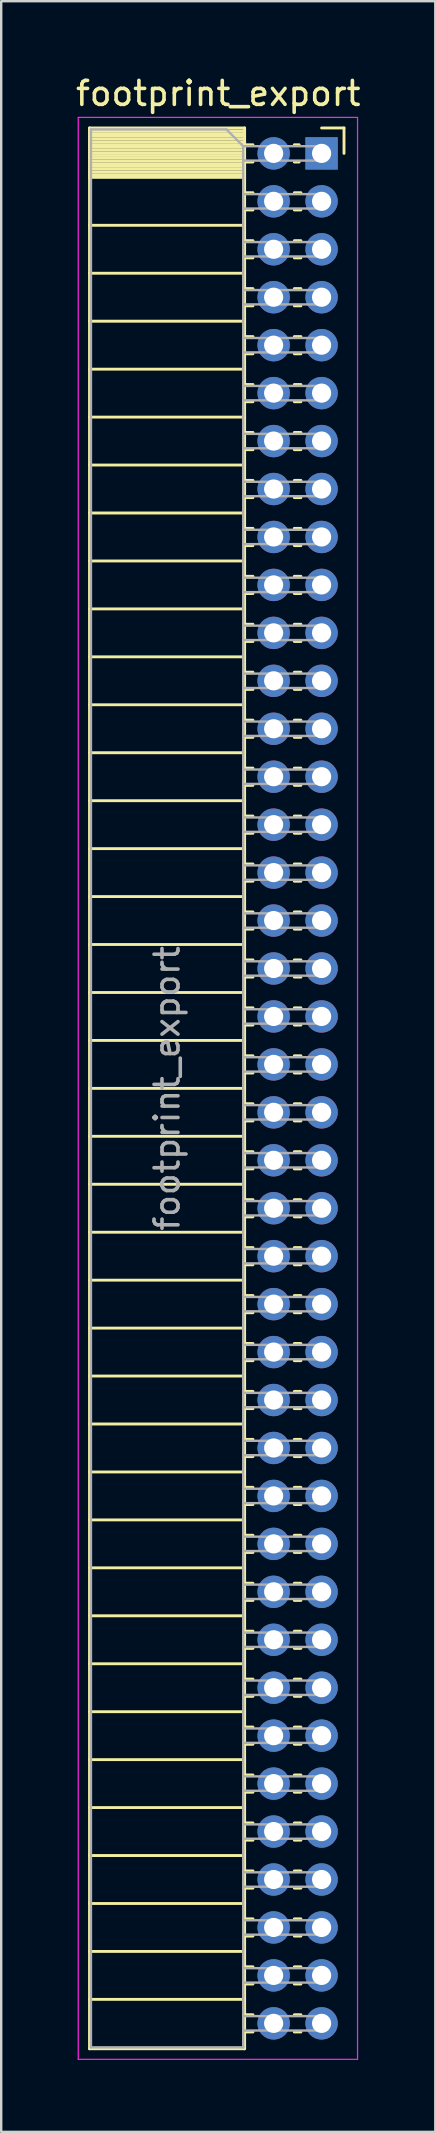
<source format=kicad_pcb>
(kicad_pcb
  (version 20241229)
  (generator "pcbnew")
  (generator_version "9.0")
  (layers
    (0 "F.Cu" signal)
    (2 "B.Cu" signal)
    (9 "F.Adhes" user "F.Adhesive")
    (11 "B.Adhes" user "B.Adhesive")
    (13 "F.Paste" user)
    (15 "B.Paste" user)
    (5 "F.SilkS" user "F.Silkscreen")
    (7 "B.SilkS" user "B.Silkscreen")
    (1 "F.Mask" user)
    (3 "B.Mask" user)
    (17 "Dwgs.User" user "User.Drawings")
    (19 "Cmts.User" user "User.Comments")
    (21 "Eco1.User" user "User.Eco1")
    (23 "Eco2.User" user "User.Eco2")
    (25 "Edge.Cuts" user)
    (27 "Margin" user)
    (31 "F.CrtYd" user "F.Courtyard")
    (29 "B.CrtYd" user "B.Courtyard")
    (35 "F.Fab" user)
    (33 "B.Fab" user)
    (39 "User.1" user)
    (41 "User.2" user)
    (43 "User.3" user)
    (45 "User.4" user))
  (footprint "footprint_export"
    (layer "F.Cu")
    (at 10.364 3.348)
    (property "Reference" "footprint_export" (at -4.31 -2.5 0) (layer "F.SilkS") (effects (font (size 1 1) (thickness 0.15))))
    (attr through_hole)
    (fp_line (start -9.68 -1.06) (end -9.68 79.06) (stroke (width 0.12) (type solid)) (layer "F.SilkS"))
    (fp_line (start -9.68 -1.06) (end -3.21 -1.06) (stroke (width 0.12) (type solid)) (layer "F.SilkS"))
    (fp_line (start -9.68 -0.94) (end -3.21 -0.94) (stroke (width 0.12) (type solid)) (layer "F.SilkS"))
    (fp_line (start -9.68 -0.826) (end -3.21 -0.826) (stroke (width 0.12) (type solid)) (layer "F.SilkS"))
    (fp_line (start -9.68 -0.712) (end -3.21 -0.712) (stroke (width 0.12) (type solid)) (layer "F.SilkS"))
    (fp_line (start -9.68 -0.598) (end -3.21 -0.598) (stroke (width 0.12) (type solid)) (layer "F.SilkS"))
    (fp_line (start -9.68 -0.484) (end -3.21 -0.484) (stroke (width 0.12) (type solid)) (layer "F.SilkS"))
    (fp_line (start -9.68 -0.369) (end -3.21 -0.369) (stroke (width 0.12) (type solid)) (layer "F.SilkS"))
    (fp_line (start -9.68 -0.255) (end -3.21 -0.255) (stroke (width 0.12) (type solid)) (layer "F.SilkS"))
    (fp_line (start -9.68 -0.141) (end -3.21 -0.141) (stroke (width 0.12) (type solid)) (layer "F.SilkS"))
    (fp_line (start -9.68 -0.027) (end -3.21 -0.027) (stroke (width 0.12) (type solid)) (layer "F.SilkS"))
    (fp_line (start -9.68 0.087) (end -3.21 0.087) (stroke (width 0.12) (type solid)) (layer "F.SilkS"))
    (fp_line (start -9.68 0.201) (end -3.21 0.201) (stroke (width 0.12) (type solid)) (layer "F.SilkS"))
    (fp_line (start -9.68 0.315) (end -3.21 0.315) (stroke (width 0.12) (type solid)) (layer "F.SilkS"))
    (fp_line (start -9.68 0.429) (end -3.21 0.429) (stroke (width 0.12) (type solid)) (layer "F.SilkS"))
    (fp_line (start -9.68 0.544) (end -3.21 0.544) (stroke (width 0.12) (type solid)) (layer "F.SilkS"))
    (fp_line (start -9.68 0.658) (end -3.21 0.658) (stroke (width 0.12) (type solid)) (layer "F.SilkS"))
    (fp_line (start -9.68 0.772) (end -3.21 0.772) (stroke (width 0.12) (type solid)) (layer "F.SilkS"))
    (fp_line (start -9.68 0.886) (end -3.21 0.886) (stroke (width 0.12) (type solid)) (layer "F.SilkS"))
    (fp_line (start -9.68 1) (end -3.21 1) (stroke (width 0.12) (type solid)) (layer "F.SilkS"))
    (fp_line (start -9.68 3) (end -3.21 3) (stroke (width 0.12) (type solid)) (layer "F.SilkS"))
    (fp_line (start -9.68 5) (end -3.21 5) (stroke (width 0.12) (type solid)) (layer "F.SilkS"))
    (fp_line (start -9.68 7) (end -3.21 7) (stroke (width 0.12) (type solid)) (layer "F.SilkS"))
    (fp_line (start -9.68 9) (end -3.21 9) (stroke (width 0.12) (type solid)) (layer "F.SilkS"))
    (fp_line (start -9.68 11) (end -3.21 11) (stroke (width 0.12) (type solid)) (layer "F.SilkS"))
    (fp_line (start -9.68 13) (end -3.21 13) (stroke (width 0.12) (type solid)) (layer "F.SilkS"))
    (fp_line (start -9.68 15) (end -3.21 15) (stroke (width 0.12) (type solid)) (layer "F.SilkS"))
    (fp_line (start -9.68 17) (end -3.21 17) (stroke (width 0.12) (type solid)) (layer "F.SilkS"))
    (fp_line (start -9.68 19) (end -3.21 19) (stroke (width 0.12) (type solid)) (layer "F.SilkS"))
    (fp_line (start -9.68 21) (end -3.21 21) (stroke (width 0.12) (type solid)) (layer "F.SilkS"))
    (fp_line (start -9.68 23) (end -3.21 23) (stroke (width 0.12) (type solid)) (layer "F.SilkS"))
    (fp_line (start -9.68 25) (end -3.21 25) (stroke (width 0.12) (type solid)) (layer "F.SilkS"))
    (fp_line (start -9.68 27) (end -3.21 27) (stroke (width 0.12) (type solid)) (layer "F.SilkS"))
    (fp_line (start -9.68 29) (end -3.21 29) (stroke (width 0.12) (type solid)) (layer "F.SilkS"))
    (fp_line (start -9.68 31) (end -3.21 31) (stroke (width 0.12) (type solid)) (layer "F.SilkS"))
    (fp_line (start -9.68 33) (end -3.21 33) (stroke (width 0.12) (type solid)) (layer "F.SilkS"))
    (fp_line (start -9.68 35) (end -3.21 35) (stroke (width 0.12) (type solid)) (layer "F.SilkS"))
    (fp_line (start -9.68 37) (end -3.21 37) (stroke (width 0.12) (type solid)) (layer "F.SilkS"))
    (fp_line (start -9.68 39) (end -3.21 39) (stroke (width 0.12) (type solid)) (layer "F.SilkS"))
    (fp_line (start -9.68 41) (end -3.21 41) (stroke (width 0.12) (type solid)) (layer "F.SilkS"))
    (fp_line (start -9.68 43) (end -3.21 43) (stroke (width 0.12) (type solid)) (layer "F.SilkS"))
    (fp_line (start -9.68 45) (end -3.21 45) (stroke (width 0.12) (type solid)) (layer "F.SilkS"))
    (fp_line (start -9.68 47) (end -3.21 47) (stroke (width 0.12) (type solid)) (layer "F.SilkS"))
    (fp_line (start -9.68 49) (end -3.21 49) (stroke (width 0.12) (type solid)) (layer "F.SilkS"))
    (fp_line (start -9.68 51) (end -3.21 51) (stroke (width 0.12) (type solid)) (layer "F.SilkS"))
    (fp_line (start -9.68 53) (end -3.21 53) (stroke (width 0.12) (type solid)) (layer "F.SilkS"))
    (fp_line (start -9.68 55) (end -3.21 55) (stroke (width 0.12) (type solid)) (layer "F.SilkS"))
    (fp_line (start -9.68 57) (end -3.21 57) (stroke (width 0.12) (type solid)) (layer "F.SilkS"))
    (fp_line (start -9.68 59) (end -3.21 59) (stroke (width 0.12) (type solid)) (layer "F.SilkS"))
    (fp_line (start -9.68 61) (end -3.21 61) (stroke (width 0.12) (type solid)) (layer "F.SilkS"))
    (fp_line (start -9.68 63) (end -3.21 63) (stroke (width 0.12) (type solid)) (layer "F.SilkS"))
    (fp_line (start -9.68 65) (end -3.21 65) (stroke (width 0.12) (type solid)) (layer "F.SilkS"))
    (fp_line (start -9.68 67) (end -3.21 67) (stroke (width 0.12) (type solid)) (layer "F.SilkS"))
    (fp_line (start -9.68 69) (end -3.21 69) (stroke (width 0.12) (type solid)) (layer "F.SilkS"))
    (fp_line (start -9.68 71) (end -3.21 71) (stroke (width 0.12) (type solid)) (layer "F.SilkS"))
    (fp_line (start -9.68 73) (end -3.21 73) (stroke (width 0.12) (type solid)) (layer "F.SilkS"))
    (fp_line (start -9.68 75) (end -3.21 75) (stroke (width 0.12) (type solid)) (layer "F.SilkS"))
    (fp_line (start -9.68 77) (end -3.21 77) (stroke (width 0.12) (type solid)) (layer "F.SilkS"))
    (fp_line (start -9.68 79.06) (end -3.21 79.06) (stroke (width 0.12) (type solid)) (layer "F.SilkS"))
    (fp_line (start -3.21 -1.06) (end -3.21 79.06) (stroke (width 0.12) (type solid)) (layer "F.SilkS"))
    (fp_line (start -3.21 -0.36) (end -2.863 -0.36) (stroke (width 0.12) (type solid)) (layer "F.SilkS"))
    (fp_line (start -3.21 0.36) (end -2.863 0.36) (stroke (width 0.12) (type solid)) (layer "F.SilkS"))
    (fp_line (start -3.21 1.64) (end -2.863 1.64) (stroke (width 0.12) (type solid)) (layer "F.SilkS"))
    (fp_line (start -3.21 2.36) (end -2.863 2.36) (stroke (width 0.12) (type solid)) (layer "F.SilkS"))
    (fp_line (start -3.21 3.64) (end -2.863 3.64) (stroke (width 0.12) (type solid)) (layer "F.SilkS"))
    (fp_line (start -3.21 4.36) (end -2.863 4.36) (stroke (width 0.12) (type solid)) (layer "F.SilkS"))
    (fp_line (start -3.21 5.64) (end -2.863 5.64) (stroke (width 0.12) (type solid)) (layer "F.SilkS"))
    (fp_line (start -3.21 6.36) (end -2.863 6.36) (stroke (width 0.12) (type solid)) (layer "F.SilkS"))
    (fp_line (start -3.21 7.64) (end -2.863 7.64) (stroke (width 0.12) (type solid)) (layer "F.SilkS"))
    (fp_line (start -3.21 8.36) (end -2.863 8.36) (stroke (width 0.12) (type solid)) (layer "F.SilkS"))
    (fp_line (start -3.21 9.64) (end -2.863 9.64) (stroke (width 0.12) (type solid)) (layer "F.SilkS"))
    (fp_line (start -3.21 10.36) (end -2.863 10.36) (stroke (width 0.12) (type solid)) (layer "F.SilkS"))
    (fp_line (start -3.21 11.64) (end -2.863 11.64) (stroke (width 0.12) (type solid)) (layer "F.SilkS"))
    (fp_line (start -3.21 12.36) (end -2.863 12.36) (stroke (width 0.12) (type solid)) (layer "F.SilkS"))
    (fp_line (start -3.21 13.64) (end -2.863 13.64) (stroke (width 0.12) (type solid)) (layer "F.SilkS"))
    (fp_line (start -3.21 14.36) (end -2.863 14.36) (stroke (width 0.12) (type solid)) (layer "F.SilkS"))
    (fp_line (start -3.21 15.64) (end -2.863 15.64) (stroke (width 0.12) (type solid)) (layer "F.SilkS"))
    (fp_line (start -3.21 16.36) (end -2.863 16.36) (stroke (width 0.12) (type solid)) (layer "F.SilkS"))
    (fp_line (start -3.21 17.64) (end -2.863 17.64) (stroke (width 0.12) (type solid)) (layer "F.SilkS"))
    (fp_line (start -3.21 18.36) (end -2.863 18.36) (stroke (width 0.12) (type solid)) (layer "F.SilkS"))
    (fp_line (start -3.21 19.64) (end -2.863 19.64) (stroke (width 0.12) (type solid)) (layer "F.SilkS"))
    (fp_line (start -3.21 20.36) (end -2.863 20.36) (stroke (width 0.12) (type solid)) (layer "F.SilkS"))
    (fp_line (start -3.21 21.64) (end -2.863 21.64) (stroke (width 0.12) (type solid)) (layer "F.SilkS"))
    (fp_line (start -3.21 22.36) (end -2.863 22.36) (stroke (width 0.12) (type solid)) (layer "F.SilkS"))
    (fp_line (start -3.21 23.64) (end -2.863 23.64) (stroke (width 0.12) (type solid)) (layer "F.SilkS"))
    (fp_line (start -3.21 24.36) (end -2.863 24.36) (stroke (width 0.12) (type solid)) (layer "F.SilkS"))
    (fp_line (start -3.21 25.64) (end -2.863 25.64) (stroke (width 0.12) (type solid)) (layer "F.SilkS"))
    (fp_line (start -3.21 26.36) (end -2.863 26.36) (stroke (width 0.12) (type solid)) (layer "F.SilkS"))
    (fp_line (start -3.21 27.64) (end -2.863 27.64) (stroke (width 0.12) (type solid)) (layer "F.SilkS"))
    (fp_line (start -3.21 28.36) (end -2.863 28.36) (stroke (width 0.12) (type solid)) (layer "F.SilkS"))
    (fp_line (start -3.21 29.64) (end -2.863 29.64) (stroke (width 0.12) (type solid)) (layer "F.SilkS"))
    (fp_line (start -3.21 30.36) (end -2.863 30.36) (stroke (width 0.12) (type solid)) (layer "F.SilkS"))
    (fp_line (start -3.21 31.64) (end -2.863 31.64) (stroke (width 0.12) (type solid)) (layer "F.SilkS"))
    (fp_line (start -3.21 32.36) (end -2.863 32.36) (stroke (width 0.12) (type solid)) (layer "F.SilkS"))
    (fp_line (start -3.21 33.64) (end -2.863 33.64) (stroke (width 0.12) (type solid)) (layer "F.SilkS"))
    (fp_line (start -3.21 34.36) (end -2.863 34.36) (stroke (width 0.12) (type solid)) (layer "F.SilkS"))
    (fp_line (start -3.21 35.64) (end -2.863 35.64) (stroke (width 0.12) (type solid)) (layer "F.SilkS"))
    (fp_line (start -3.21 36.36) (end -2.863 36.36) (stroke (width 0.12) (type solid)) (layer "F.SilkS"))
    (fp_line (start -3.21 37.64) (end -2.863 37.64) (stroke (width 0.12) (type solid)) (layer "F.SilkS"))
    (fp_line (start -3.21 38.36) (end -2.863 38.36) (stroke (width 0.12) (type solid)) (layer "F.SilkS"))
    (fp_line (start -3.21 39.64) (end -2.863 39.64) (stroke (width 0.12) (type solid)) (layer "F.SilkS"))
    (fp_line (start -3.21 40.36) (end -2.863 40.36) (stroke (width 0.12) (type solid)) (layer "F.SilkS"))
    (fp_line (start -3.21 41.64) (end -2.863 41.64) (stroke (width 0.12) (type solid)) (layer "F.SilkS"))
    (fp_line (start -3.21 42.36) (end -2.863 42.36) (stroke (width 0.12) (type solid)) (layer "F.SilkS"))
    (fp_line (start -3.21 43.64) (end -2.863 43.64) (stroke (width 0.12) (type solid)) (layer "F.SilkS"))
    (fp_line (start -3.21 44.36) (end -2.863 44.36) (stroke (width 0.12) (type solid)) (layer "F.SilkS"))
    (fp_line (start -3.21 45.64) (end -2.863 45.64) (stroke (width 0.12) (type solid)) (layer "F.SilkS"))
    (fp_line (start -3.21 46.36) (end -2.863 46.36) (stroke (width 0.12) (type solid)) (layer "F.SilkS"))
    (fp_line (start -3.21 47.64) (end -2.863 47.64) (stroke (width 0.12) (type solid)) (layer "F.SilkS"))
    (fp_line (start -3.21 48.36) (end -2.863 48.36) (stroke (width 0.12) (type solid)) (layer "F.SilkS"))
    (fp_line (start -3.21 49.64) (end -2.863 49.64) (stroke (width 0.12) (type solid)) (layer "F.SilkS"))
    (fp_line (start -3.21 50.36) (end -2.863 50.36) (stroke (width 0.12) (type solid)) (layer "F.SilkS"))
    (fp_line (start -3.21 51.64) (end -2.863 51.64) (stroke (width 0.12) (type solid)) (layer "F.SilkS"))
    (fp_line (start -3.21 52.36) (end -2.863 52.36) (stroke (width 0.12) (type solid)) (layer "F.SilkS"))
    (fp_line (start -3.21 53.64) (end -2.863 53.64) (stroke (width 0.12) (type solid)) (layer "F.SilkS"))
    (fp_line (start -3.21 54.36) (end -2.863 54.36) (stroke (width 0.12) (type solid)) (layer "F.SilkS"))
    (fp_line (start -3.21 55.64) (end -2.863 55.64) (stroke (width 0.12) (type solid)) (layer "F.SilkS"))
    (fp_line (start -3.21 56.36) (end -2.863 56.36) (stroke (width 0.12) (type solid)) (layer "F.SilkS"))
    (fp_line (start -3.21 57.64) (end -2.863 57.64) (stroke (width 0.12) (type solid)) (layer "F.SilkS"))
    (fp_line (start -3.21 58.36) (end -2.863 58.36) (stroke (width 0.12) (type solid)) (layer "F.SilkS"))
    (fp_line (start -3.21 59.64) (end -2.863 59.64) (stroke (width 0.12) (type solid)) (layer "F.SilkS"))
    (fp_line (start -3.21 60.36) (end -2.863 60.36) (stroke (width 0.12) (type solid)) (layer "F.SilkS"))
    (fp_line (start -3.21 61.64) (end -2.863 61.64) (stroke (width 0.12) (type solid)) (layer "F.SilkS"))
    (fp_line (start -3.21 62.36) (end -2.863 62.36) (stroke (width 0.12) (type solid)) (layer "F.SilkS"))
    (fp_line (start -3.21 63.64) (end -2.863 63.64) (stroke (width 0.12) (type solid)) (layer "F.SilkS"))
    (fp_line (start -3.21 64.36) (end -2.863 64.36) (stroke (width 0.12) (type solid)) (layer "F.SilkS"))
    (fp_line (start -3.21 65.64) (end -2.863 65.64) (stroke (width 0.12) (type solid)) (layer "F.SilkS"))
    (fp_line (start -3.21 66.36) (end -2.863 66.36) (stroke (width 0.12) (type solid)) (layer "F.SilkS"))
    (fp_line (start -3.21 67.64) (end -2.863 67.64) (stroke (width 0.12) (type solid)) (layer "F.SilkS"))
    (fp_line (start -3.21 68.36) (end -2.863 68.36) (stroke (width 0.12) (type solid)) (layer "F.SilkS"))
    (fp_line (start -3.21 69.64) (end -2.863 69.64) (stroke (width 0.12) (type solid)) (layer "F.SilkS"))
    (fp_line (start -3.21 70.36) (end -2.863 70.36) (stroke (width 0.12) (type solid)) (layer "F.SilkS"))
    (fp_line (start -3.21 71.64) (end -2.863 71.64) (stroke (width 0.12) (type solid)) (layer "F.SilkS"))
    (fp_line (start -3.21 72.36) (end -2.863 72.36) (stroke (width 0.12) (type solid)) (layer "F.SilkS"))
    (fp_line (start -3.21 73.64) (end -2.863 73.64) (stroke (width 0.12) (type solid)) (layer "F.SilkS"))
    (fp_line (start -3.21 74.36) (end -2.863 74.36) (stroke (width 0.12) (type solid)) (layer "F.SilkS"))
    (fp_line (start -3.21 75.64) (end -2.863 75.64) (stroke (width 0.12) (type solid)) (layer "F.SilkS"))
    (fp_line (start -3.21 76.36) (end -2.863 76.36) (stroke (width 0.12) (type solid)) (layer "F.SilkS"))
    (fp_line (start -3.21 77.64) (end -2.863 77.64) (stroke (width 0.12) (type solid)) (layer "F.SilkS"))
    (fp_line (start -3.21 78.36) (end -2.863 78.36) (stroke (width 0.12) (type solid)) (layer "F.SilkS"))
    (fp_line (start -1.137 -0.36) (end -0.935 -0.36) (stroke (width 0.12) (type solid)) (layer "F.SilkS"))
    (fp_line (start -1.137 0.36) (end -0.935 0.36) (stroke (width 0.12) (type solid)) (layer "F.SilkS"))
    (fp_line (start -1.137 1.64) (end -0.863 1.64) (stroke (width 0.12) (type solid)) (layer "F.SilkS"))
    (fp_line (start -1.137 2.36) (end -0.863 2.36) (stroke (width 0.12) (type solid)) (layer "F.SilkS"))
    (fp_line (start -1.137 3.64) (end -0.863 3.64) (stroke (width 0.12) (type solid)) (layer "F.SilkS"))
    (fp_line (start -1.137 4.36) (end -0.863 4.36) (stroke (width 0.12) (type solid)) (layer "F.SilkS"))
    (fp_line (start -1.137 5.64) (end -0.863 5.64) (stroke (width 0.12) (type solid)) (layer "F.SilkS"))
    (fp_line (start -1.137 6.36) (end -0.863 6.36) (stroke (width 0.12) (type solid)) (layer "F.SilkS"))
    (fp_line (start -1.137 7.64) (end -0.863 7.64) (stroke (width 0.12) (type solid)) (layer "F.SilkS"))
    (fp_line (start -1.137 8.36) (end -0.863 8.36) (stroke (width 0.12) (type solid)) (layer "F.SilkS"))
    (fp_line (start -1.137 9.64) (end -0.863 9.64) (stroke (width 0.12) (type solid)) (layer "F.SilkS"))
    (fp_line (start -1.137 10.36) (end -0.863 10.36) (stroke (width 0.12) (type solid)) (layer "F.SilkS"))
    (fp_line (start -1.137 11.64) (end -0.863 11.64) (stroke (width 0.12) (type solid)) (layer "F.SilkS"))
    (fp_line (start -1.137 12.36) (end -0.863 12.36) (stroke (width 0.12) (type solid)) (layer "F.SilkS"))
    (fp_line (start -1.137 13.64) (end -0.863 13.64) (stroke (width 0.12) (type solid)) (layer "F.SilkS"))
    (fp_line (start -1.137 14.36) (end -0.863 14.36) (stroke (width 0.12) (type solid)) (layer "F.SilkS"))
    (fp_line (start -1.137 15.64) (end -0.863 15.64) (stroke (width 0.12) (type solid)) (layer "F.SilkS"))
    (fp_line (start -1.137 16.36) (end -0.863 16.36) (stroke (width 0.12) (type solid)) (layer "F.SilkS"))
    (fp_line (start -1.137 17.64) (end -0.863 17.64) (stroke (width 0.12) (type solid)) (layer "F.SilkS"))
    (fp_line (start -1.137 18.36) (end -0.863 18.36) (stroke (width 0.12) (type solid)) (layer "F.SilkS"))
    (fp_line (start -1.137 19.64) (end -0.863 19.64) (stroke (width 0.12) (type solid)) (layer "F.SilkS"))
    (fp_line (start -1.137 20.36) (end -0.863 20.36) (stroke (width 0.12) (type solid)) (layer "F.SilkS"))
    (fp_line (start -1.137 21.64) (end -0.863 21.64) (stroke (width 0.12) (type solid)) (layer "F.SilkS"))
    (fp_line (start -1.137 22.36) (end -0.863 22.36) (stroke (width 0.12) (type solid)) (layer "F.SilkS"))
    (fp_line (start -1.137 23.64) (end -0.863 23.64) (stroke (width 0.12) (type solid)) (layer "F.SilkS"))
    (fp_line (start -1.137 24.36) (end -0.863 24.36) (stroke (width 0.12) (type solid)) (layer "F.SilkS"))
    (fp_line (start -1.137 25.64) (end -0.863 25.64) (stroke (width 0.12) (type solid)) (layer "F.SilkS"))
    (fp_line (start -1.137 26.36) (end -0.863 26.36) (stroke (width 0.12) (type solid)) (layer "F.SilkS"))
    (fp_line (start -1.137 27.64) (end -0.863 27.64) (stroke (width 0.12) (type solid)) (layer "F.SilkS"))
    (fp_line (start -1.137 28.36) (end -0.863 28.36) (stroke (width 0.12) (type solid)) (layer "F.SilkS"))
    (fp_line (start -1.137 29.64) (end -0.863 29.64) (stroke (width 0.12) (type solid)) (layer "F.SilkS"))
    (fp_line (start -1.137 30.36) (end -0.863 30.36) (stroke (width 0.12) (type solid)) (layer "F.SilkS"))
    (fp_line (start -1.137 31.64) (end -0.863 31.64) (stroke (width 0.12) (type solid)) (layer "F.SilkS"))
    (fp_line (start -1.137 32.36) (end -0.863 32.36) (stroke (width 0.12) (type solid)) (layer "F.SilkS"))
    (fp_line (start -1.137 33.64) (end -0.863 33.64) (stroke (width 0.12) (type solid)) (layer "F.SilkS"))
    (fp_line (start -1.137 34.36) (end -0.863 34.36) (stroke (width 0.12) (type solid)) (layer "F.SilkS"))
    (fp_line (start -1.137 35.64) (end -0.863 35.64) (stroke (width 0.12) (type solid)) (layer "F.SilkS"))
    (fp_line (start -1.137 36.36) (end -0.863 36.36) (stroke (width 0.12) (type solid)) (layer "F.SilkS"))
    (fp_line (start -1.137 37.64) (end -0.863 37.64) (stroke (width 0.12) (type solid)) (layer "F.SilkS"))
    (fp_line (start -1.137 38.36) (end -0.863 38.36) (stroke (width 0.12) (type solid)) (layer "F.SilkS"))
    (fp_line (start -1.137 39.64) (end -0.863 39.64) (stroke (width 0.12) (type solid)) (layer "F.SilkS"))
    (fp_line (start -1.137 40.36) (end -0.863 40.36) (stroke (width 0.12) (type solid)) (layer "F.SilkS"))
    (fp_line (start -1.137 41.64) (end -0.863 41.64) (stroke (width 0.12) (type solid)) (layer "F.SilkS"))
    (fp_line (start -1.137 42.36) (end -0.863 42.36) (stroke (width 0.12) (type solid)) (layer "F.SilkS"))
    (fp_line (start -1.137 43.64) (end -0.863 43.64) (stroke (width 0.12) (type solid)) (layer "F.SilkS"))
    (fp_line (start -1.137 44.36) (end -0.863 44.36) (stroke (width 0.12) (type solid)) (layer "F.SilkS"))
    (fp_line (start -1.137 45.64) (end -0.863 45.64) (stroke (width 0.12) (type solid)) (layer "F.SilkS"))
    (fp_line (start -1.137 46.36) (end -0.863 46.36) (stroke (width 0.12) (type solid)) (layer "F.SilkS"))
    (fp_line (start -1.137 47.64) (end -0.863 47.64) (stroke (width 0.12) (type solid)) (layer "F.SilkS"))
    (fp_line (start -1.137 48.36) (end -0.863 48.36) (stroke (width 0.12) (type solid)) (layer "F.SilkS"))
    (fp_line (start -1.137 49.64) (end -0.863 49.64) (stroke (width 0.12) (type solid)) (layer "F.SilkS"))
    (fp_line (start -1.137 50.36) (end -0.863 50.36) (stroke (width 0.12) (type solid)) (layer "F.SilkS"))
    (fp_line (start -1.137 51.64) (end -0.863 51.64) (stroke (width 0.12) (type solid)) (layer "F.SilkS"))
    (fp_line (start -1.137 52.36) (end -0.863 52.36) (stroke (width 0.12) (type solid)) (layer "F.SilkS"))
    (fp_line (start -1.137 53.64) (end -0.863 53.64) (stroke (width 0.12) (type solid)) (layer "F.SilkS"))
    (fp_line (start -1.137 54.36) (end -0.863 54.36) (stroke (width 0.12) (type solid)) (layer "F.SilkS"))
    (fp_line (start -1.137 55.64) (end -0.863 55.64) (stroke (width 0.12) (type solid)) (layer "F.SilkS"))
    (fp_line (start -1.137 56.36) (end -0.863 56.36) (stroke (width 0.12) (type solid)) (layer "F.SilkS"))
    (fp_line (start -1.137 57.64) (end -0.863 57.64) (stroke (width 0.12) (type solid)) (layer "F.SilkS"))
    (fp_line (start -1.137 58.36) (end -0.863 58.36) (stroke (width 0.12) (type solid)) (layer "F.SilkS"))
    (fp_line (start -1.137 59.64) (end -0.863 59.64) (stroke (width 0.12) (type solid)) (layer "F.SilkS"))
    (fp_line (start -1.137 60.36) (end -0.863 60.36) (stroke (width 0.12) (type solid)) (layer "F.SilkS"))
    (fp_line (start -1.137 61.64) (end -0.863 61.64) (stroke (width 0.12) (type solid)) (layer "F.SilkS"))
    (fp_line (start -1.137 62.36) (end -0.863 62.36) (stroke (width 0.12) (type solid)) (layer "F.SilkS"))
    (fp_line (start -1.137 63.64) (end -0.863 63.64) (stroke (width 0.12) (type solid)) (layer "F.SilkS"))
    (fp_line (start -1.137 64.36) (end -0.863 64.36) (stroke (width 0.12) (type solid)) (layer "F.SilkS"))
    (fp_line (start -1.137 65.64) (end -0.863 65.64) (stroke (width 0.12) (type solid)) (layer "F.SilkS"))
    (fp_line (start -1.137 66.36) (end -0.863 66.36) (stroke (width 0.12) (type solid)) (layer "F.SilkS"))
    (fp_line (start -1.137 67.64) (end -0.863 67.64) (stroke (width 0.12) (type solid)) (layer "F.SilkS"))
    (fp_line (start -1.137 68.36) (end -0.863 68.36) (stroke (width 0.12) (type solid)) (layer "F.SilkS"))
    (fp_line (start -1.137 69.64) (end -0.863 69.64) (stroke (width 0.12) (type solid)) (layer "F.SilkS"))
    (fp_line (start -1.137 70.36) (end -0.863 70.36) (stroke (width 0.12) (type solid)) (layer "F.SilkS"))
    (fp_line (start -1.137 71.64) (end -0.863 71.64) (stroke (width 0.12) (type solid)) (layer "F.SilkS"))
    (fp_line (start -1.137 72.36) (end -0.863 72.36) (stroke (width 0.12) (type solid)) (layer "F.SilkS"))
    (fp_line (start -1.137 73.64) (end -0.863 73.64) (stroke (width 0.12) (type solid)) (layer "F.SilkS"))
    (fp_line (start -1.137 74.36) (end -0.863 74.36) (stroke (width 0.12) (type solid)) (layer "F.SilkS"))
    (fp_line (start -1.137 75.64) (end -0.863 75.64) (stroke (width 0.12) (type solid)) (layer "F.SilkS"))
    (fp_line (start -1.137 76.36) (end -0.863 76.36) (stroke (width 0.12) (type solid)) (layer "F.SilkS"))
    (fp_line (start -1.137 77.64) (end -0.863 77.64) (stroke (width 0.12) (type solid)) (layer "F.SilkS"))
    (fp_line (start -1.137 78.36) (end -0.863 78.36) (stroke (width 0.12) (type solid)) (layer "F.SilkS"))
    (fp_line (start 0 -1.06) (end 0.935 -1.06) (stroke (width 0.12) (type solid)) (layer "F.SilkS"))
    (fp_line (start 0.935 -1.06) (end 0.935 0) (stroke (width 0.12) (type solid)) (layer "F.SilkS"))
    (fp_line (start -10.15 -1.5) (end -10.15 79.5) (stroke (width 0.05) (type solid)) (layer "F.CrtYd"))
    (fp_line (start -10.15 79.5) (end 1.5 79.5) (stroke (width 0.05) (type solid)) (layer "F.CrtYd"))
    (fp_line (start 1.5 -1.5) (end -10.15 -1.5) (stroke (width 0.05) (type solid)) (layer "F.CrtYd"))
    (fp_line (start 1.5 79.5) (end 1.5 -1.5) (stroke (width 0.05) (type solid)) (layer "F.CrtYd"))
    (fp_line (start -9.62 -1) (end -3.97 -1) (stroke (width 0.1) (type solid)) (layer "F.Fab"))
    (fp_line (start -9.62 79) (end -9.62 -1) (stroke (width 0.1) (type solid)) (layer "F.Fab"))
    (fp_line (start -3.97 -1) (end -3.27 -0.3) (stroke (width 0.1) (type solid)) (layer "F.Fab"))
    (fp_line (start -3.27 -0.3) (end -3.27 79) (stroke (width 0.1) (type solid)) (layer "F.Fab"))
    (fp_line (start -3.27 0.3) (end 0 0.3) (stroke (width 0.1) (type solid)) (layer "F.Fab"))
    (fp_line (start -3.27 2.3) (end 0 2.3) (stroke (width 0.1) (type solid)) (layer "F.Fab"))
    (fp_line (start -3.27 4.3) (end 0 4.3) (stroke (width 0.1) (type solid)) (layer "F.Fab"))
    (fp_line (start -3.27 6.3) (end 0 6.3) (stroke (width 0.1) (type solid)) (layer "F.Fab"))
    (fp_line (start -3.27 8.3) (end 0 8.3) (stroke (width 0.1) (type solid)) (layer "F.Fab"))
    (fp_line (start -3.27 10.3) (end 0 10.3) (stroke (width 0.1) (type solid)) (layer "F.Fab"))
    (fp_line (start -3.27 12.3) (end 0 12.3) (stroke (width 0.1) (type solid)) (layer "F.Fab"))
    (fp_line (start -3.27 14.3) (end 0 14.3) (stroke (width 0.1) (type solid)) (layer "F.Fab"))
    (fp_line (start -3.27 16.3) (end 0 16.3) (stroke (width 0.1) (type solid)) (layer "F.Fab"))
    (fp_line (start -3.27 18.3) (end 0 18.3) (stroke (width 0.1) (type solid)) (layer "F.Fab"))
    (fp_line (start -3.27 20.3) (end 0 20.3) (stroke (width 0.1) (type solid)) (layer "F.Fab"))
    (fp_line (start -3.27 22.3) (end 0 22.3) (stroke (width 0.1) (type solid)) (layer "F.Fab"))
    (fp_line (start -3.27 24.3) (end 0 24.3) (stroke (width 0.1) (type solid)) (layer "F.Fab"))
    (fp_line (start -3.27 26.3) (end 0 26.3) (stroke (width 0.1) (type solid)) (layer "F.Fab"))
    (fp_line (start -3.27 28.3) (end 0 28.3) (stroke (width 0.1) (type solid)) (layer "F.Fab"))
    (fp_line (start -3.27 30.3) (end 0 30.3) (stroke (width 0.1) (type solid)) (layer "F.Fab"))
    (fp_line (start -3.27 32.3) (end 0 32.3) (stroke (width 0.1) (type solid)) (layer "F.Fab"))
    (fp_line (start -3.27 34.3) (end 0 34.3) (stroke (width 0.1) (type solid)) (layer "F.Fab"))
    (fp_line (start -3.27 36.3) (end 0 36.3) (stroke (width 0.1) (type solid)) (layer "F.Fab"))
    (fp_line (start -3.27 38.3) (end 0 38.3) (stroke (width 0.1) (type solid)) (layer "F.Fab"))
    (fp_line (start -3.27 40.3) (end 0 40.3) (stroke (width 0.1) (type solid)) (layer "F.Fab"))
    (fp_line (start -3.27 42.3) (end 0 42.3) (stroke (width 0.1) (type solid)) (layer "F.Fab"))
    (fp_line (start -3.27 44.3) (end 0 44.3) (stroke (width 0.1) (type solid)) (layer "F.Fab"))
    (fp_line (start -3.27 46.3) (end 0 46.3) (stroke (width 0.1) (type solid)) (layer "F.Fab"))
    (fp_line (start -3.27 48.3) (end 0 48.3) (stroke (width 0.1) (type solid)) (layer "F.Fab"))
    (fp_line (start -3.27 50.3) (end 0 50.3) (stroke (width 0.1) (type solid)) (layer "F.Fab"))
    (fp_line (start -3.27 52.3) (end 0 52.3) (stroke (width 0.1) (type solid)) (layer "F.Fab"))
    (fp_line (start -3.27 54.3) (end 0 54.3) (stroke (width 0.1) (type solid)) (layer "F.Fab"))
    (fp_line (start -3.27 56.3) (end 0 56.3) (stroke (width 0.1) (type solid)) (layer "F.Fab"))
    (fp_line (start -3.27 58.3) (end 0 58.3) (stroke (width 0.1) (type solid)) (layer "F.Fab"))
    (fp_line (start -3.27 60.3) (end 0 60.3) (stroke (width 0.1) (type solid)) (layer "F.Fab"))
    (fp_line (start -3.27 62.3) (end 0 62.3) (stroke (width 0.1) (type solid)) (layer "F.Fab"))
    (fp_line (start -3.27 64.3) (end 0 64.3) (stroke (width 0.1) (type solid)) (layer "F.Fab"))
    (fp_line (start -3.27 66.3) (end 0 66.3) (stroke (width 0.1) (type solid)) (layer "F.Fab"))
    (fp_line (start -3.27 68.3) (end 0 68.3) (stroke (width 0.1) (type solid)) (layer "F.Fab"))
    (fp_line (start -3.27 70.3) (end 0 70.3) (stroke (width 0.1) (type solid)) (layer "F.Fab"))
    (fp_line (start -3.27 72.3) (end 0 72.3) (stroke (width 0.1) (type solid)) (layer "F.Fab"))
    (fp_line (start -3.27 74.3) (end 0 74.3) (stroke (width 0.1) (type solid)) (layer "F.Fab"))
    (fp_line (start -3.27 76.3) (end 0 76.3) (stroke (width 0.1) (type solid)) (layer "F.Fab"))
    (fp_line (start -3.27 78.3) (end 0 78.3) (stroke (width 0.1) (type solid)) (layer "F.Fab"))
    (fp_line (start -3.27 79) (end -9.62 79) (stroke (width 0.1) (type solid)) (layer "F.Fab"))
    (fp_line (start 0 -0.3) (end -3.27 -0.3) (stroke (width 0.1) (type solid)) (layer "F.Fab"))
    (fp_line (start 0 0.3) (end 0 -0.3) (stroke (width 0.1) (type solid)) (layer "F.Fab"))
    (fp_line (start 0 1.7) (end -3.27 1.7) (stroke (width 0.1) (type solid)) (layer "F.Fab"))
    (fp_line (start 0 2.3) (end 0 1.7) (stroke (width 0.1) (type solid)) (layer "F.Fab"))
    (fp_line (start 0 3.7) (end -3.27 3.7) (stroke (width 0.1) (type solid)) (layer "F.Fab"))
    (fp_line (start 0 4.3) (end 0 3.7) (stroke (width 0.1) (type solid)) (layer "F.Fab"))
    (fp_line (start 0 5.7) (end -3.27 5.7) (stroke (width 0.1) (type solid)) (layer "F.Fab"))
    (fp_line (start 0 6.3) (end 0 5.7) (stroke (width 0.1) (type solid)) (layer "F.Fab"))
    (fp_line (start 0 7.7) (end -3.27 7.7) (stroke (width 0.1) (type solid)) (layer "F.Fab"))
    (fp_line (start 0 8.3) (end 0 7.7) (stroke (width 0.1) (type solid)) (layer "F.Fab"))
    (fp_line (start 0 9.7) (end -3.27 9.7) (stroke (width 0.1) (type solid)) (layer "F.Fab"))
    (fp_line (start 0 10.3) (end 0 9.7) (stroke (width 0.1) (type solid)) (layer "F.Fab"))
    (fp_line (start 0 11.7) (end -3.27 11.7) (stroke (width 0.1) (type solid)) (layer "F.Fab"))
    (fp_line (start 0 12.3) (end 0 11.7) (stroke (width 0.1) (type solid)) (layer "F.Fab"))
    (fp_line (start 0 13.7) (end -3.27 13.7) (stroke (width 0.1) (type solid)) (layer "F.Fab"))
    (fp_line (start 0 14.3) (end 0 13.7) (stroke (width 0.1) (type solid)) (layer "F.Fab"))
    (fp_line (start 0 15.7) (end -3.27 15.7) (stroke (width 0.1) (type solid)) (layer "F.Fab"))
    (fp_line (start 0 16.3) (end 0 15.7) (stroke (width 0.1) (type solid)) (layer "F.Fab"))
    (fp_line (start 0 17.7) (end -3.27 17.7) (stroke (width 0.1) (type solid)) (layer "F.Fab"))
    (fp_line (start 0 18.3) (end 0 17.7) (stroke (width 0.1) (type solid)) (layer "F.Fab"))
    (fp_line (start 0 19.7) (end -3.27 19.7) (stroke (width 0.1) (type solid)) (layer "F.Fab"))
    (fp_line (start 0 20.3) (end 0 19.7) (stroke (width 0.1) (type solid)) (layer "F.Fab"))
    (fp_line (start 0 21.7) (end -3.27 21.7) (stroke (width 0.1) (type solid)) (layer "F.Fab"))
    (fp_line (start 0 22.3) (end 0 21.7) (stroke (width 0.1) (type solid)) (layer "F.Fab"))
    (fp_line (start 0 23.7) (end -3.27 23.7) (stroke (width 0.1) (type solid)) (layer "F.Fab"))
    (fp_line (start 0 24.3) (end 0 23.7) (stroke (width 0.1) (type solid)) (layer "F.Fab"))
    (fp_line (start 0 25.7) (end -3.27 25.7) (stroke (width 0.1) (type solid)) (layer "F.Fab"))
    (fp_line (start 0 26.3) (end 0 25.7) (stroke (width 0.1) (type solid)) (layer "F.Fab"))
    (fp_line (start 0 27.7) (end -3.27 27.7) (stroke (width 0.1) (type solid)) (layer "F.Fab"))
    (fp_line (start 0 28.3) (end 0 27.7) (stroke (width 0.1) (type solid)) (layer "F.Fab"))
    (fp_line (start 0 29.7) (end -3.27 29.7) (stroke (width 0.1) (type solid)) (layer "F.Fab"))
    (fp_line (start 0 30.3) (end 0 29.7) (stroke (width 0.1) (type solid)) (layer "F.Fab"))
    (fp_line (start 0 31.7) (end -3.27 31.7) (stroke (width 0.1) (type solid)) (layer "F.Fab"))
    (fp_line (start 0 32.3) (end 0 31.7) (stroke (width 0.1) (type solid)) (layer "F.Fab"))
    (fp_line (start 0 33.7) (end -3.27 33.7) (stroke (width 0.1) (type solid)) (layer "F.Fab"))
    (fp_line (start 0 34.3) (end 0 33.7) (stroke (width 0.1) (type solid)) (layer "F.Fab"))
    (fp_line (start 0 35.7) (end -3.27 35.7) (stroke (width 0.1) (type solid)) (layer "F.Fab"))
    (fp_line (start 0 36.3) (end 0 35.7) (stroke (width 0.1) (type solid)) (layer "F.Fab"))
    (fp_line (start 0 37.7) (end -3.27 37.7) (stroke (width 0.1) (type solid)) (layer "F.Fab"))
    (fp_line (start 0 38.3) (end 0 37.7) (stroke (width 0.1) (type solid)) (layer "F.Fab"))
    (fp_line (start 0 39.7) (end -3.27 39.7) (stroke (width 0.1) (type solid)) (layer "F.Fab"))
    (fp_line (start 0 40.3) (end 0 39.7) (stroke (width 0.1) (type solid)) (layer "F.Fab"))
    (fp_line (start 0 41.7) (end -3.27 41.7) (stroke (width 0.1) (type solid)) (layer "F.Fab"))
    (fp_line (start 0 42.3) (end 0 41.7) (stroke (width 0.1) (type solid)) (layer "F.Fab"))
    (fp_line (start 0 43.7) (end -3.27 43.7) (stroke (width 0.1) (type solid)) (layer "F.Fab"))
    (fp_line (start 0 44.3) (end 0 43.7) (stroke (width 0.1) (type solid)) (layer "F.Fab"))
    (fp_line (start 0 45.7) (end -3.27 45.7) (stroke (width 0.1) (type solid)) (layer "F.Fab"))
    (fp_line (start 0 46.3) (end 0 45.7) (stroke (width 0.1) (type solid)) (layer "F.Fab"))
    (fp_line (start 0 47.7) (end -3.27 47.7) (stroke (width 0.1) (type solid)) (layer "F.Fab"))
    (fp_line (start 0 48.3) (end 0 47.7) (stroke (width 0.1) (type solid)) (layer "F.Fab"))
    (fp_line (start 0 49.7) (end -3.27 49.7) (stroke (width 0.1) (type solid)) (layer "F.Fab"))
    (fp_line (start 0 50.3) (end 0 49.7) (stroke (width 0.1) (type solid)) (layer "F.Fab"))
    (fp_line (start 0 51.7) (end -3.27 51.7) (stroke (width 0.1) (type solid)) (layer "F.Fab"))
    (fp_line (start 0 52.3) (end 0 51.7) (stroke (width 0.1) (type solid)) (layer "F.Fab"))
    (fp_line (start 0 53.7) (end -3.27 53.7) (stroke (width 0.1) (type solid)) (layer "F.Fab"))
    (fp_line (start 0 54.3) (end 0 53.7) (stroke (width 0.1) (type solid)) (layer "F.Fab"))
    (fp_line (start 0 55.7) (end -3.27 55.7) (stroke (width 0.1) (type solid)) (layer "F.Fab"))
    (fp_line (start 0 56.3) (end 0 55.7) (stroke (width 0.1) (type solid)) (layer "F.Fab"))
    (fp_line (start 0 57.7) (end -3.27 57.7) (stroke (width 0.1) (type solid)) (layer "F.Fab"))
    (fp_line (start 0 58.3) (end 0 57.7) (stroke (width 0.1) (type solid)) (layer "F.Fab"))
    (fp_line (start 0 59.7) (end -3.27 59.7) (stroke (width 0.1) (type solid)) (layer "F.Fab"))
    (fp_line (start 0 60.3) (end 0 59.7) (stroke (width 0.1) (type solid)) (layer "F.Fab"))
    (fp_line (start 0 61.7) (end -3.27 61.7) (stroke (width 0.1) (type solid)) (layer "F.Fab"))
    (fp_line (start 0 62.3) (end 0 61.7) (stroke (width 0.1) (type solid)) (layer "F.Fab"))
    (fp_line (start 0 63.7) (end -3.27 63.7) (stroke (width 0.1) (type solid)) (layer "F.Fab"))
    (fp_line (start 0 64.3) (end 0 63.7) (stroke (width 0.1) (type solid)) (layer "F.Fab"))
    (fp_line (start 0 65.7) (end -3.27 65.7) (stroke (width 0.1) (type solid)) (layer "F.Fab"))
    (fp_line (start 0 66.3) (end 0 65.7) (stroke (width 0.1) (type solid)) (layer "F.Fab"))
    (fp_line (start 0 67.7) (end -3.27 67.7) (stroke (width 0.1) (type solid)) (layer "F.Fab"))
    (fp_line (start 0 68.3) (end 0 67.7) (stroke (width 0.1) (type solid)) (layer "F.Fab"))
    (fp_line (start 0 69.7) (end -3.27 69.7) (stroke (width 0.1) (type solid)) (layer "F.Fab"))
    (fp_line (start 0 70.3) (end 0 69.7) (stroke (width 0.1) (type solid)) (layer "F.Fab"))
    (fp_line (start 0 71.7) (end -3.27 71.7) (stroke (width 0.1) (type solid)) (layer "F.Fab"))
    (fp_line (start 0 72.3) (end 0 71.7) (stroke (width 0.1) (type solid)) (layer "F.Fab"))
    (fp_line (start 0 73.7) (end -3.27 73.7) (stroke (width 0.1) (type solid)) (layer "F.Fab"))
    (fp_line (start 0 74.3) (end 0 73.7) (stroke (width 0.1) (type solid)) (layer "F.Fab"))
    (fp_line (start 0 75.7) (end -3.27 75.7) (stroke (width 0.1) (type solid)) (layer "F.Fab"))
    (fp_line (start 0 76.3) (end 0 75.7) (stroke (width 0.1) (type solid)) (layer "F.Fab"))
    (fp_line (start 0 77.7) (end -3.27 77.7) (stroke (width 0.1) (type solid)) (layer "F.Fab"))
    (fp_line (start 0 78.3) (end 0 77.7) (stroke (width 0.1) (type solid)) (layer "F.Fab"))
    (fp_text user "${REFERENCE}" (at -6.445 39 90) (layer "F.Fab") (effects (font (size 1 1) (thickness 0.15))))
    (pad "1" thru_hole rect (at 0 0) (size 1.35 1.35) (drill 0.8) (layers "*.Cu" "*.Mask"))
    (pad "2" thru_hole oval (at -2 0) (size 1.35 1.35) (drill 0.8) (layers "*.Cu" "*.Mask"))
    (pad "3" thru_hole oval (at 0 2) (size 1.35 1.35) (drill 0.8) (layers "*.Cu" "*.Mask"))
    (pad "4" thru_hole oval (at -2 2) (size 1.35 1.35) (drill 0.8) (layers "*.Cu" "*.Mask"))
    (pad "5" thru_hole oval (at 0 4) (size 1.35 1.35) (drill 0.8) (layers "*.Cu" "*.Mask"))
    (pad "6" thru_hole oval (at -2 4) (size 1.35 1.35) (drill 0.8) (layers "*.Cu" "*.Mask"))
    (pad "7" thru_hole oval (at 0 6) (size 1.35 1.35) (drill 0.8) (layers "*.Cu" "*.Mask"))
    (pad "8" thru_hole oval (at -2 6) (size 1.35 1.35) (drill 0.8) (layers "*.Cu" "*.Mask"))
    (pad "9" thru_hole oval (at 0 8) (size 1.35 1.35) (drill 0.8) (layers "*.Cu" "*.Mask"))
    (pad "10" thru_hole oval (at -2 8) (size 1.35 1.35) (drill 0.8) (layers "*.Cu" "*.Mask"))
    (pad "11" thru_hole oval (at 0 10) (size 1.35 1.35) (drill 0.8) (layers "*.Cu" "*.Mask"))
    (pad "12" thru_hole oval (at -2 10) (size 1.35 1.35) (drill 0.8) (layers "*.Cu" "*.Mask"))
    (pad "13" thru_hole oval (at 0 12) (size 1.35 1.35) (drill 0.8) (layers "*.Cu" "*.Mask"))
    (pad "14" thru_hole oval (at -2 12) (size 1.35 1.35) (drill 0.8) (layers "*.Cu" "*.Mask"))
    (pad "15" thru_hole oval (at 0 14) (size 1.35 1.35) (drill 0.8) (layers "*.Cu" "*.Mask"))
    (pad "16" thru_hole oval (at -2 14) (size 1.35 1.35) (drill 0.8) (layers "*.Cu" "*.Mask"))
    (pad "17" thru_hole oval (at 0 16) (size 1.35 1.35) (drill 0.8) (layers "*.Cu" "*.Mask"))
    (pad "18" thru_hole oval (at -2 16) (size 1.35 1.35) (drill 0.8) (layers "*.Cu" "*.Mask"))
    (pad "19" thru_hole oval (at 0 18) (size 1.35 1.35) (drill 0.8) (layers "*.Cu" "*.Mask"))
    (pad "20" thru_hole oval (at -2 18) (size 1.35 1.35) (drill 0.8) (layers "*.Cu" "*.Mask"))
    (pad "21" thru_hole oval (at 0 20) (size 1.35 1.35) (drill 0.8) (layers "*.Cu" "*.Mask"))
    (pad "22" thru_hole oval (at -2 20) (size 1.35 1.35) (drill 0.8) (layers "*.Cu" "*.Mask"))
    (pad "23" thru_hole oval (at 0 22) (size 1.35 1.35) (drill 0.8) (layers "*.Cu" "*.Mask"))
    (pad "24" thru_hole oval (at -2 22) (size 1.35 1.35) (drill 0.8) (layers "*.Cu" "*.Mask"))
    (pad "25" thru_hole oval (at 0 24) (size 1.35 1.35) (drill 0.8) (layers "*.Cu" "*.Mask"))
    (pad "26" thru_hole oval (at -2 24) (size 1.35 1.35) (drill 0.8) (layers "*.Cu" "*.Mask"))
    (pad "27" thru_hole oval (at 0 26) (size 1.35 1.35) (drill 0.8) (layers "*.Cu" "*.Mask"))
    (pad "28" thru_hole oval (at -2 26) (size 1.35 1.35) (drill 0.8) (layers "*.Cu" "*.Mask"))
    (pad "29" thru_hole oval (at 0 28) (size 1.35 1.35) (drill 0.8) (layers "*.Cu" "*.Mask"))
    (pad "30" thru_hole oval (at -2 28) (size 1.35 1.35) (drill 0.8) (layers "*.Cu" "*.Mask"))
    (pad "31" thru_hole oval (at 0 30) (size 1.35 1.35) (drill 0.8) (layers "*.Cu" "*.Mask"))
    (pad "32" thru_hole oval (at -2 30) (size 1.35 1.35) (drill 0.8) (layers "*.Cu" "*.Mask"))
    (pad "33" thru_hole oval (at 0 32) (size 1.35 1.35) (drill 0.8) (layers "*.Cu" "*.Mask"))
    (pad "34" thru_hole oval (at -2 32) (size 1.35 1.35) (drill 0.8) (layers "*.Cu" "*.Mask"))
    (pad "35" thru_hole oval (at 0 34) (size 1.35 1.35) (drill 0.8) (layers "*.Cu" "*.Mask"))
    (pad "36" thru_hole oval (at -2 34) (size 1.35 1.35) (drill 0.8) (layers "*.Cu" "*.Mask"))
    (pad "37" thru_hole oval (at 0 36) (size 1.35 1.35) (drill 0.8) (layers "*.Cu" "*.Mask"))
    (pad "38" thru_hole oval (at -2 36) (size 1.35 1.35) (drill 0.8) (layers "*.Cu" "*.Mask"))
    (pad "39" thru_hole oval (at 0 38) (size 1.35 1.35) (drill 0.8) (layers "*.Cu" "*.Mask"))
    (pad "40" thru_hole oval (at -2 38) (size 1.35 1.35) (drill 0.8) (layers "*.Cu" "*.Mask"))
    (pad "41" thru_hole oval (at 0 40) (size 1.35 1.35) (drill 0.8) (layers "*.Cu" "*.Mask"))
    (pad "42" thru_hole oval (at -2 40) (size 1.35 1.35) (drill 0.8) (layers "*.Cu" "*.Mask"))
    (pad "43" thru_hole oval (at 0 42) (size 1.35 1.35) (drill 0.8) (layers "*.Cu" "*.Mask"))
    (pad "44" thru_hole oval (at -2 42) (size 1.35 1.35) (drill 0.8) (layers "*.Cu" "*.Mask"))
    (pad "45" thru_hole oval (at 0 44) (size 1.35 1.35) (drill 0.8) (layers "*.Cu" "*.Mask"))
    (pad "46" thru_hole oval (at -2 44) (size 1.35 1.35) (drill 0.8) (layers "*.Cu" "*.Mask"))
    (pad "47" thru_hole oval (at 0 46) (size 1.35 1.35) (drill 0.8) (layers "*.Cu" "*.Mask"))
    (pad "48" thru_hole oval (at -2 46) (size 1.35 1.35) (drill 0.8) (layers "*.Cu" "*.Mask"))
    (pad "49" thru_hole oval (at 0 48) (size 1.35 1.35) (drill 0.8) (layers "*.Cu" "*.Mask"))
    (pad "50" thru_hole oval (at -2 48) (size 1.35 1.35) (drill 0.8) (layers "*.Cu" "*.Mask"))
    (pad "51" thru_hole oval (at 0 50) (size 1.35 1.35) (drill 0.8) (layers "*.Cu" "*.Mask"))
    (pad "52" thru_hole oval (at -2 50) (size 1.35 1.35) (drill 0.8) (layers "*.Cu" "*.Mask"))
    (pad "53" thru_hole oval (at 0 52) (size 1.35 1.35) (drill 0.8) (layers "*.Cu" "*.Mask"))
    (pad "54" thru_hole oval (at -2 52) (size 1.35 1.35) (drill 0.8) (layers "*.Cu" "*.Mask"))
    (pad "55" thru_hole oval (at 0 54) (size 1.35 1.35) (drill 0.8) (layers "*.Cu" "*.Mask"))
    (pad "56" thru_hole oval (at -2 54) (size 1.35 1.35) (drill 0.8) (layers "*.Cu" "*.Mask"))
    (pad "57" thru_hole oval (at 0 56) (size 1.35 1.35) (drill 0.8) (layers "*.Cu" "*.Mask"))
    (pad "58" thru_hole oval (at -2 56) (size 1.35 1.35) (drill 0.8) (layers "*.Cu" "*.Mask"))
    (pad "59" thru_hole oval (at 0 58) (size 1.35 1.35) (drill 0.8) (layers "*.Cu" "*.Mask"))
    (pad "60" thru_hole oval (at -2 58) (size 1.35 1.35) (drill 0.8) (layers "*.Cu" "*.Mask"))
    (pad "61" thru_hole oval (at 0 60) (size 1.35 1.35) (drill 0.8) (layers "*.Cu" "*.Mask"))
    (pad "62" thru_hole oval (at -2 60) (size 1.35 1.35) (drill 0.8) (layers "*.Cu" "*.Mask"))
    (pad "63" thru_hole oval (at 0 62) (size 1.35 1.35) (drill 0.8) (layers "*.Cu" "*.Mask"))
    (pad "64" thru_hole oval (at -2 62) (size 1.35 1.35) (drill 0.8) (layers "*.Cu" "*.Mask"))
    (pad "65" thru_hole oval (at 0 64) (size 1.35 1.35) (drill 0.8) (layers "*.Cu" "*.Mask"))
    (pad "66" thru_hole oval (at -2 64) (size 1.35 1.35) (drill 0.8) (layers "*.Cu" "*.Mask"))
    (pad "67" thru_hole oval (at 0 66) (size 1.35 1.35) (drill 0.8) (layers "*.Cu" "*.Mask"))
    (pad "68" thru_hole oval (at -2 66) (size 1.35 1.35) (drill 0.8) (layers "*.Cu" "*.Mask"))
    (pad "69" thru_hole oval (at 0 68) (size 1.35 1.35) (drill 0.8) (layers "*.Cu" "*.Mask"))
    (pad "70" thru_hole oval (at -2 68) (size 1.35 1.35) (drill 0.8) (layers "*.Cu" "*.Mask"))
    (pad "71" thru_hole oval (at 0 70) (size 1.35 1.35) (drill 0.8) (layers "*.Cu" "*.Mask"))
    (pad "72" thru_hole oval (at -2 70) (size 1.35 1.35) (drill 0.8) (layers "*.Cu" "*.Mask"))
    (pad "73" thru_hole oval (at 0 72) (size 1.35 1.35) (drill 0.8) (layers "*.Cu" "*.Mask"))
    (pad "74" thru_hole oval (at -2 72) (size 1.35 1.35) (drill 0.8) (layers "*.Cu" "*.Mask"))
    (pad "75" thru_hole oval (at 0 74) (size 1.35 1.35) (drill 0.8) (layers "*.Cu" "*.Mask"))
    (pad "76" thru_hole oval (at -2 74) (size 1.35 1.35) (drill 0.8) (layers "*.Cu" "*.Mask"))
    (pad "77" thru_hole oval (at 0 76) (size 1.35 1.35) (drill 0.8) (layers "*.Cu" "*.Mask"))
    (pad "78" thru_hole oval (at -2 76) (size 1.35 1.35) (drill 0.8) (layers "*.Cu" "*.Mask"))
    (pad "79" thru_hole oval (at 0 78) (size 1.35 1.35) (drill 0.8) (layers "*.Cu" "*.Mask"))
    (pad "80" thru_hole oval (at -2 78) (size 1.35 1.35) (drill 0.8) (layers "*.Cu" "*.Mask")))
  (gr_rect
    (start -3 -3)
    (end 15.107 85.873)
    (stroke (width 0.1) (type default))
    (fill no)
    (layer "Edge.Cuts")))
</source>
